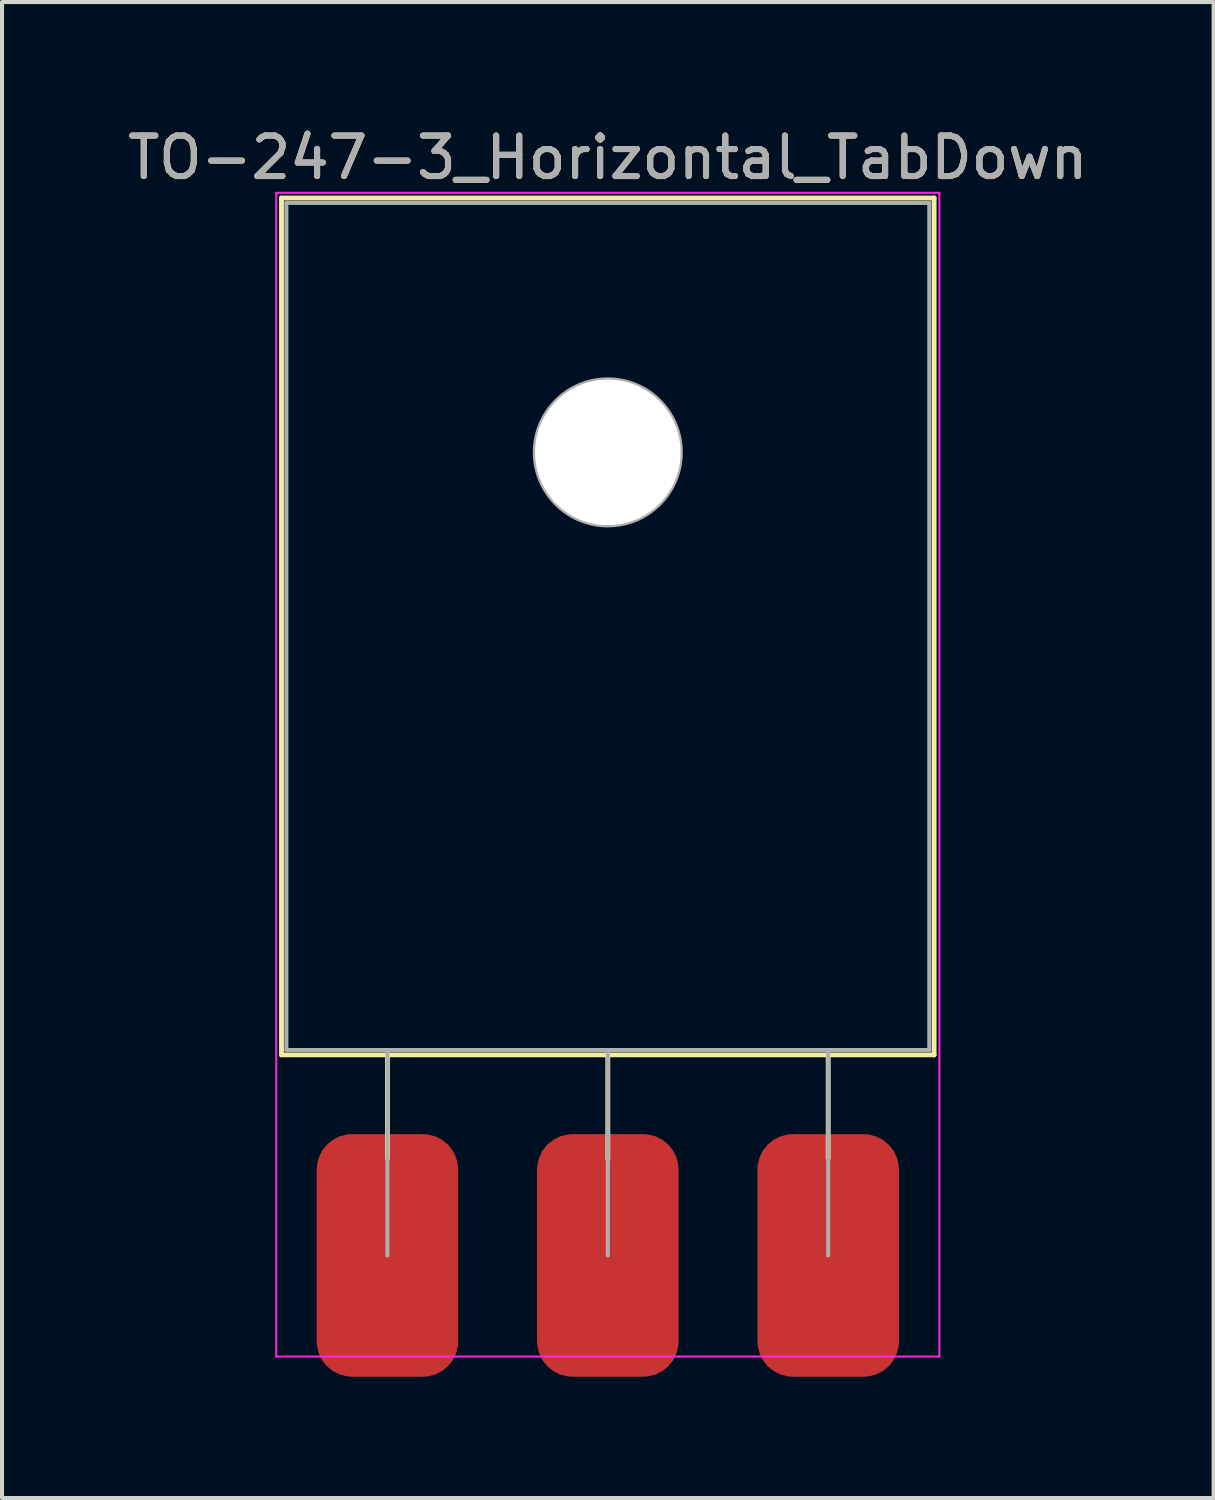
<source format=kicad_pcb>
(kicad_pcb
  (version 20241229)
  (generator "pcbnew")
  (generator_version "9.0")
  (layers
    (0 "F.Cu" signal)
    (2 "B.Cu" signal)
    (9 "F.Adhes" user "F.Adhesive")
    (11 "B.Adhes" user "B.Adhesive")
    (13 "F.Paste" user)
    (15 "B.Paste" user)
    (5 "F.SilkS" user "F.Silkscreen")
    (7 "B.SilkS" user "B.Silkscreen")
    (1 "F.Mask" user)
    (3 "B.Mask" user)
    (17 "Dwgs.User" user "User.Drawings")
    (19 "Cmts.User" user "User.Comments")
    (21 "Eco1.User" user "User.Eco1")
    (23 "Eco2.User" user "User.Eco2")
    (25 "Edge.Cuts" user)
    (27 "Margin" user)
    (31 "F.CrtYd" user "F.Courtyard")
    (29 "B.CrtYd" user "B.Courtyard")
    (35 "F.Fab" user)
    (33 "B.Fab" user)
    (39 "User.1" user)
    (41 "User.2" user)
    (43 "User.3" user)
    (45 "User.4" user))
  (footprint "TO-247-3_Horizontal_TabDown"
    (layer "F.Cu")
    (at 6.532 27.998)
    (property "Reference" "TO-247-3_Horizontal_TabDown" (at 5.45 -27.15 0) (layer "F.SilkS") (effects (font (size 1 1) (thickness 0.15))))
    (attr through_hole)
    (fp_line (start -2.62 -26.15) (end -2.62 -4.96) (stroke (width 0.12) (type solid)) (layer "F.SilkS"))
    (fp_line (start -2.62 -26.15) (end 13.52 -26.15) (stroke (width 0.12) (type solid)) (layer "F.SilkS"))
    (fp_line (start -2.62 -4.96) (end 13.52 -4.96) (stroke (width 0.12) (type solid)) (layer "F.SilkS"))
    (fp_line (start 0 -4.96) (end 0 -2.4) (stroke (width 0.12) (type solid)) (layer "F.SilkS"))
    (fp_line (start 5.45 -4.96) (end 5.45 -2.4) (stroke (width 0.12) (type solid)) (layer "F.SilkS"))
    (fp_line (start 10.9 -4.96) (end 10.9 -2.4) (stroke (width 0.12) (type solid)) (layer "F.SilkS"))
    (fp_line (start 13.52 -26.15) (end 13.52 -4.96) (stroke (width 0.12) (type solid)) (layer "F.SilkS"))
    (fp_line (start -2.75 -26.28) (end -2.75 2.5) (stroke (width 0.05) (type solid)) (layer "F.CrtYd"))
    (fp_line (start -2.75 2.5) (end 13.65 2.5) (stroke (width 0.05) (type solid)) (layer "F.CrtYd"))
    (fp_line (start 13.65 -26.28) (end -2.75 -26.28) (stroke (width 0.05) (type solid)) (layer "F.CrtYd"))
    (fp_line (start 13.65 2.5) (end 13.65 -26.28) (stroke (width 0.05) (type solid)) (layer "F.CrtYd"))
    (fp_line (start -2.5 -26.03) (end 13.4 -26.03) (stroke (width 0.1) (type solid)) (layer "F.Fab"))
    (fp_line (start -2.5 -5.08) (end -2.5 -26.03) (stroke (width 0.1) (type solid)) (layer "F.Fab"))
    (fp_line (start 0 -5.08) (end 0 0) (stroke (width 0.1) (type solid)) (layer "F.Fab"))
    (fp_line (start 5.45 -5.08) (end 5.45 0) (stroke (width 0.1) (type solid)) (layer "F.Fab"))
    (fp_line (start 10.9 -5.08) (end 10.9 0) (stroke (width 0.1) (type solid)) (layer "F.Fab"))
    (fp_line (start 13.4 -26.03) (end 13.4 -5.08) (stroke (width 0.1) (type solid)) (layer "F.Fab"))
    (fp_line (start 13.4 -5.08) (end -2.5 -5.08) (stroke (width 0.1) (type solid)) (layer "F.Fab"))
    (fp_circle (center 5.45 -19.86) (end 7.255 -19.86) (stroke (width 0.1) (type solid)) (fill no) (layer "F.Fab"))
    (fp_text user "${REFERENCE}" (at 5.45 -27.15 0) (layer "F.Fab") (effects (font (size 1 1) (thickness 0.15))))
    (pad "" np_thru_hole oval (at 5.45 -19.86) (size 3.6 3.6) (drill 3.6) (layers "*.Cu" "*.Mask"))
    (pad "1" smd roundrect (at 0 0) (size 3.5 6) (layers "F.Cu" "F.Mask" "F.Paste") (roundrect_rratio 0.25))
    (pad "2" smd roundrect (at 5.45 0) (size 3.5 6) (layers "F.Cu" "F.Mask" "F.Paste") (roundrect_rratio 0.25))
    (pad "3" smd roundrect (at 10.9 0) (size 3.5 6) (layers "F.Cu" "F.Mask" "F.Paste") (roundrect_rratio 0.25)))
  (gr_rect
    (start -3 -3)
    (end 26.964 33.998)
    (stroke (width 0.1) (type default))
    (fill no)
    (layer "Edge.Cuts")))
</source>
